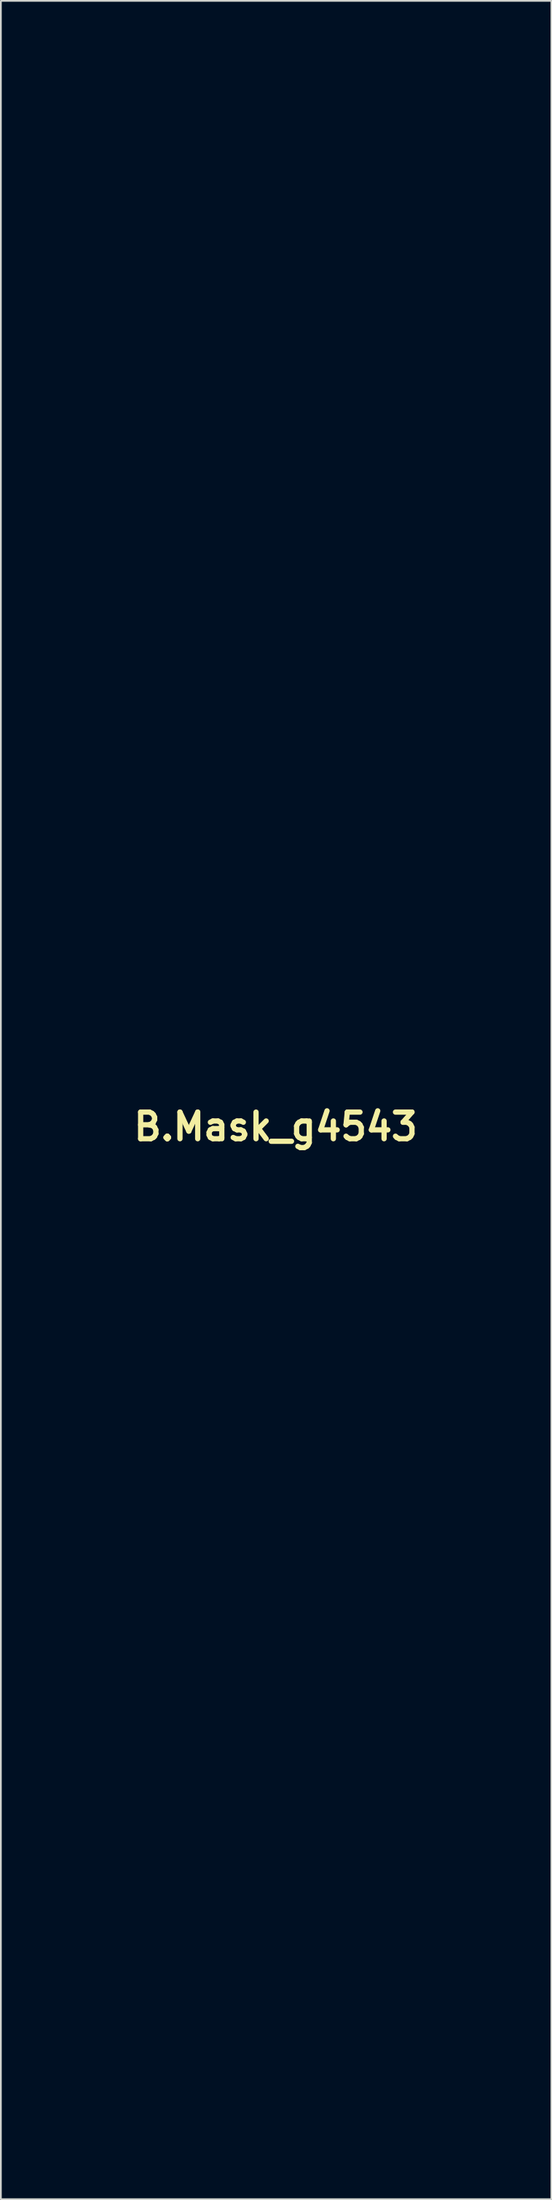
<source format=kicad_pcb>
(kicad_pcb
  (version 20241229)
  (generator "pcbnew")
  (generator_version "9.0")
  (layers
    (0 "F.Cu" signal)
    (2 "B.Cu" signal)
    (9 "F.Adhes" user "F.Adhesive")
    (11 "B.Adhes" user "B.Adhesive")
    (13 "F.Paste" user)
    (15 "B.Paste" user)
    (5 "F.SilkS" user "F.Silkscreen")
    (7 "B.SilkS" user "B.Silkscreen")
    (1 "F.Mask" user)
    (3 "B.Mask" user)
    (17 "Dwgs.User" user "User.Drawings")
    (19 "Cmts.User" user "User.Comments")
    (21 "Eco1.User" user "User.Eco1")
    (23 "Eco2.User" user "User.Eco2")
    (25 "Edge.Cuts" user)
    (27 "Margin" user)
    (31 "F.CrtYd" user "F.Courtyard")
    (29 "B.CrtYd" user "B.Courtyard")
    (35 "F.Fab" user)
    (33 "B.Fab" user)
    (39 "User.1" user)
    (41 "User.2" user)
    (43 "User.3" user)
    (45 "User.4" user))
  (footprint "B.Mask_g4543"
    (layer "F.Cu")
    (at 12.73 61.422)
    (property "Reference" "B.Mask_g4543" (at 0 0 0) (layer "F.SilkS") (effects (font (size 1.524 1.524) (thickness 0.3))))
    (attr through_hole)
    (fp_poly (pts (xy -11.592 -2.47) (xy -11.543 -2.415) (xy -11.532 -2.353) (xy -11.512 -2.199) (xy -11.451 -2.054) (xy -11.345 -1.91) (xy -11.309 -1.871) (xy -11.232 -1.786) (xy -11.164 -1.703) (xy -11.117 -1.637) (xy -11.111 -1.625) (xy -11.077 -1.522) (xy -11.063 -1.395) (xy -11.071 -1.266) (xy -11.101 -1.158) (xy -11.106 -1.147) (xy -11.132 -1.087) (xy -11.133 -1.045) (xy -11.111 -1.005) (xy -11.087 -0.936) (xy -11.103 -0.881) (xy -11.148 -0.853) (xy -11.212 -0.86) (xy -11.241 -0.875) (xy -11.287 -0.898) (xy -11.331 -0.894) (xy -11.375 -0.874) (xy -11.487 -0.838) (xy -11.617 -0.823) (xy -11.74 -0.833) (xy -11.789 -0.846) (xy -11.891 -0.894) (xy -11.992 -0.965) (xy -12.104 -1.066) (xy -12.141 -1.104) (xy -12.28 -1.212) (xy -12.44 -1.277) (xy -12.589 -1.295) (xy -12.668 -1.316) (xy -12.715 -1.373) (xy -12.725 -1.439) (xy -12.708 -1.478) (xy -12.664 -1.54) (xy -12.601 -1.611) (xy -12.595 -1.617) (xy -12.464 -1.749) (xy -12.509 -1.843) (xy -12.54 -1.961) (xy -12.529 -2.078) (xy -12.478 -2.18) (xy -12.392 -2.257) (xy -12.356 -2.275) (xy -12.252 -2.307) (xy -12.16 -2.302) (xy -12.073 -2.27) (xy -11.985 -2.228) (xy -11.853 -2.358) (xy -11.782 -2.423) (xy -11.719 -2.469) (xy -11.677 -2.489) (xy -11.675 -2.489) (xy -11.592 -2.47)) (stroke (width 0.01) (type solid)) (fill yes) (layer "B.Mask"))
    (fp_poly (pts (xy 11.499 -2.475) (xy 11.561 -2.439) (xy 11.641 -2.367) (xy 11.67 -2.339) (xy 11.735 -2.273) (xy 11.778 -2.24) (xy 11.809 -2.232) (xy 11.839 -2.244) (xy 11.851 -2.251) (xy 11.915 -2.277) (xy 11.996 -2.29) (xy 12.008 -2.29) (xy 12.132 -2.271) (xy 12.233 -2.213) (xy 12.304 -2.127) (xy 12.34 -2.021) (xy 12.334 -1.905) (xy 12.304 -1.824) (xy 12.264 -1.746) (xy 12.393 -1.615) (xy 12.473 -1.525) (xy 12.515 -1.455) (xy 12.522 -1.417) (xy 12.499 -1.345) (xy 12.436 -1.294) (xy 12.34 -1.271) (xy 12.313 -1.27) (xy 12.217 -1.26) (xy 12.125 -1.228) (xy 12.026 -1.168) (xy 11.911 -1.075) (xy 11.864 -1.032) (xy 11.71 -0.91) (xy 11.563 -0.836) (xy 11.42 -0.809) (xy 11.276 -0.828) (xy 11.184 -0.862) (xy 11.116 -0.89) (xy 11.076 -0.895) (xy 11.05 -0.878) (xy 11.047 -0.874) (xy 10.995 -0.84) (xy 10.943 -0.844) (xy 10.904 -0.877) (xy 10.89 -0.929) (xy 10.91 -0.984) (xy 10.931 -1.024) (xy 10.93 -1.067) (xy 10.905 -1.134) (xy 10.871 -1.265) (xy 10.866 -1.409) (xy 10.889 -1.546) (xy 10.916 -1.613) (xy 10.964 -1.687) (xy 11.033 -1.772) (xy 11.087 -1.829) (xy 11.206 -1.964) (xy 11.281 -2.103) (xy 11.319 -2.258) (xy 11.322 -2.278) (xy 11.336 -2.37) (xy 11.362 -2.425) (xy 11.394 -2.455) (xy 11.447 -2.479) (xy 11.499 -2.475)) (stroke (width 0.01) (type solid)) (fill yes) (layer "B.Mask"))
    (fp_poly (pts (xy 11.503 21.099) (xy 11.566 21.143) (xy 11.64 21.206) (xy 11.651 21.217) (xy 11.792 21.352) (xy 11.889 21.304) (xy 12.002 21.27) (xy 12.11 21.286) (xy 12.216 21.352) (xy 12.298 21.449) (xy 12.332 21.562) (xy 12.317 21.687) (xy 12.288 21.761) (xy 12.277 21.794) (xy 12.285 21.829) (xy 12.318 21.875) (xy 12.38 21.944) (xy 12.391 21.956) (xy 12.478 22.061) (xy 12.518 22.144) (xy 12.513 22.209) (xy 12.46 22.256) (xy 12.359 22.289) (xy 12.285 22.301) (xy 12.203 22.312) (xy 12.14 22.326) (xy 12.087 22.35) (xy 12.03 22.39) (xy 11.957 22.454) (xy 11.882 22.523) (xy 11.72 22.652) (xy 11.562 22.73) (xy 11.408 22.758) (xy 11.256 22.737) (xy 11.189 22.712) (xy 11.122 22.685) (xy 11.077 22.68) (xy 11.032 22.698) (xy 11.018 22.706) (xy 10.967 22.731) (xy 10.934 22.726) (xy 10.904 22.7) (xy 10.875 22.665) (xy 10.876 22.631) (xy 10.899 22.584) (xy 10.925 22.529) (xy 10.923 22.485) (xy 10.9 22.439) (xy 10.872 22.35) (xy 10.86 22.234) (xy 10.865 22.111) (xy 10.886 22.001) (xy 10.906 21.948) (xy 10.945 21.89) (xy 11.008 21.81) (xy 11.084 21.722) (xy 11.113 21.691) (xy 11.187 21.611) (xy 11.236 21.548) (xy 11.267 21.488) (xy 11.288 21.416) (xy 11.304 21.316) (xy 11.314 21.247) (xy 11.344 21.151) (xy 11.401 21.096) (xy 11.462 21.082) (xy 11.503 21.099)) (stroke (width 0.01) (type solid)) (fill yes) (layer "B.Mask"))
    (fp_poly (pts (xy -0.289 9.315) (xy -0.193 9.376) (xy -0.139 9.424) (xy -0.01 9.552) (xy 0.083 9.513) (xy 0.186 9.48) (xy 0.275 9.481) (xy 0.373 9.516) (xy 0.374 9.517) (xy 0.464 9.585) (xy 0.522 9.684) (xy 0.544 9.798) (xy 0.534 9.879) (xy 0.511 9.947) (xy 0.486 9.991) (xy 0.48 9.996) (xy 0.484 10.021) (xy 0.518 10.072) (xy 0.577 10.141) (xy 0.595 10.161) (xy 0.662 10.236) (xy 0.712 10.303) (xy 0.736 10.351) (xy 0.737 10.357) (xy 0.713 10.422) (xy 0.643 10.469) (xy 0.529 10.497) (xy 0.516 10.498) (xy 0.406 10.518) (xy 0.309 10.555) (xy 0.212 10.616) (xy 0.103 10.709) (xy 0.06 10.75) (xy -0.057 10.851) (xy -0.159 10.914) (xy -0.218 10.936) (xy -0.315 10.962) (xy -0.393 10.969) (xy -0.473 10.957) (xy -0.577 10.925) (xy -0.584 10.923) (xy -0.665 10.897) (xy -0.714 10.889) (xy -0.747 10.898) (xy -0.766 10.913) (xy -0.812 10.938) (xy -0.861 10.923) (xy -0.906 10.876) (xy -0.909 10.816) (xy -0.877 10.77) (xy -0.854 10.743) (xy -0.858 10.707) (xy -0.877 10.666) (xy -0.921 10.536) (xy -0.934 10.387) (xy -0.913 10.245) (xy -0.877 10.156) (xy -0.812 10.06) (xy -0.723 9.959) (xy -0.617 9.84) (xy -0.546 9.743) (xy -0.504 9.656) (xy -0.485 9.57) (xy -0.483 9.519) (xy -0.469 9.403) (xy -0.43 9.329) (xy -0.369 9.3) (xy -0.289 9.315)) (stroke (width 0.01) (type solid)) (fill yes) (layer "B.Mask"))
    (fp_poly (pts (xy 11.527 -49.36) (xy 11.598 -49.312) (xy 11.668 -49.252) (xy 11.801 -49.126) (xy 11.916 -49.168) (xy 11.993 -49.192) (xy 12.05 -49.195) (xy 12.112 -49.179) (xy 12.131 -49.172) (xy 12.232 -49.109) (xy 12.304 -49.017) (xy 12.34 -48.907) (xy 12.336 -48.793) (xy 12.308 -48.717) (xy 12.292 -48.682) (xy 12.293 -48.651) (xy 12.317 -48.611) (xy 12.37 -48.551) (xy 12.397 -48.522) (xy 12.472 -48.435) (xy 12.512 -48.367) (xy 12.522 -48.315) (xy 12.514 -48.255) (xy 12.483 -48.215) (xy 12.42 -48.19) (xy 12.322 -48.173) (xy 12.173 -48.14) (xy 12.043 -48.076) (xy 11.918 -47.974) (xy 11.887 -47.943) (xy 11.809 -47.87) (xy 11.727 -47.806) (xy 11.676 -47.774) (xy 11.57 -47.735) (xy 11.448 -47.713) (xy 11.334 -47.712) (xy 11.276 -47.724) (xy 11.203 -47.752) (xy 11.156 -47.775) (xy 11.103 -47.791) (xy 11.049 -47.77) (xy 11.04 -47.765) (xy 10.972 -47.739) (xy 10.922 -47.754) (xy 10.898 -47.799) (xy 10.908 -47.866) (xy 10.925 -47.9) (xy 10.939 -47.945) (xy 10.923 -48.003) (xy 10.91 -48.029) (xy 10.88 -48.128) (xy 10.868 -48.251) (xy 10.877 -48.376) (xy 10.905 -48.481) (xy 10.911 -48.494) (xy 10.95 -48.554) (xy 11.012 -48.633) (xy 11.084 -48.715) (xy 11.091 -48.722) (xy 11.218 -48.878) (xy 11.297 -49.027) (xy 11.327 -49.17) (xy 11.328 -49.19) (xy 11.346 -49.288) (xy 11.395 -49.353) (xy 11.472 -49.377) (xy 11.478 -49.378) (xy 11.527 -49.36)) (stroke (width 0.01) (type solid)) (fill yes) (layer "B.Mask"))
    (fp_poly (pts (xy -11.599 -49.369) (xy -11.546 -49.321) (xy -11.519 -49.258) (xy -11.506 -49.177) (xy -11.506 -49.168) (xy -11.492 -49.054) (xy -11.446 -48.943) (xy -11.363 -48.824) (xy -11.276 -48.726) (xy -11.201 -48.642) (xy -11.135 -48.558) (xy -11.093 -48.491) (xy -11.086 -48.478) (xy -11.055 -48.348) (xy -11.056 -48.202) (xy -11.088 -48.064) (xy -11.098 -48.039) (xy -11.126 -47.971) (xy -11.131 -47.933) (xy -11.115 -47.907) (xy -11.109 -47.902) (xy -11.081 -47.85) (xy -11.09 -47.789) (xy -11.13 -47.743) (xy -11.175 -47.732) (xy -11.223 -47.761) (xy -11.223 -47.761) (xy -11.261 -47.79) (xy -11.296 -47.791) (xy -11.352 -47.766) (xy -11.353 -47.765) (xy -11.464 -47.728) (xy -11.598 -47.713) (xy -11.729 -47.722) (xy -11.768 -47.731) (xy -11.842 -47.766) (xy -11.938 -47.832) (xy -12.039 -47.918) (xy -12.152 -48.018) (xy -12.243 -48.087) (xy -12.325 -48.131) (xy -12.41 -48.158) (xy -12.508 -48.174) (xy -12.608 -48.193) (xy -12.668 -48.222) (xy -12.688 -48.244) (xy -12.715 -48.291) (xy -12.719 -48.334) (xy -12.697 -48.384) (xy -12.643 -48.45) (xy -12.588 -48.51) (xy -12.519 -48.583) (xy -12.482 -48.631) (xy -12.47 -48.664) (xy -12.478 -48.691) (xy -12.486 -48.703) (xy -12.508 -48.757) (xy -12.521 -48.838) (xy -12.522 -48.877) (xy -12.517 -48.961) (xy -12.493 -49.021) (xy -12.442 -49.082) (xy -12.437 -49.087) (xy -12.34 -49.163) (xy -12.242 -49.193) (xy -12.131 -49.18) (xy -12.092 -49.167) (xy -11.978 -49.126) (xy -11.845 -49.252) (xy -11.745 -49.335) (xy -11.664 -49.374) (xy -11.599 -49.369)) (stroke (width 0.01) (type solid)) (fill yes) (layer "B.Mask"))
    (fp_poly (pts (xy -0.256 -37.823) (xy -0.157 -37.755) (xy -0.115 -37.717) (xy -0.044 -37.652) (xy 0.001 -37.616) (xy 0.035 -37.605) (xy 0.068 -37.613) (xy 0.098 -37.628) (xy 0.212 -37.663) (xy 0.32 -37.654) (xy 0.415 -37.609) (xy 0.49 -37.534) (xy 0.539 -37.438) (xy 0.553 -37.326) (xy 0.527 -37.207) (xy 0.523 -37.198) (xy 0.508 -37.157) (xy 0.508 -37.122) (xy 0.531 -37.083) (xy 0.581 -37.025) (xy 0.613 -36.99) (xy 0.689 -36.9) (xy 0.729 -36.83) (xy 0.737 -36.786) (xy 0.719 -36.704) (xy 0.668 -36.66) (xy 0.618 -36.652) (xy 0.477 -36.639) (xy 0.349 -36.595) (xy 0.222 -36.515) (xy 0.128 -36.435) (xy 0.041 -36.359) (xy -0.042 -36.291) (xy -0.108 -36.244) (xy -0.127 -36.233) (xy -0.237 -36.196) (xy -0.367 -36.181) (xy -0.493 -36.189) (xy -0.533 -36.198) (xy -0.601 -36.223) (xy -0.65 -36.248) (xy -0.653 -36.25) (xy -0.697 -36.258) (xy -0.741 -36.235) (xy -0.796 -36.202) (xy -0.833 -36.202) (xy -0.874 -36.234) (xy -0.876 -36.236) (xy -0.902 -36.269) (xy -0.897 -36.303) (xy -0.875 -36.341) (xy -0.85 -36.388) (xy -0.848 -36.431) (xy -0.871 -36.494) (xy -0.872 -36.496) (xy -0.914 -36.614) (xy -0.929 -36.714) (xy -0.919 -36.821) (xy -0.912 -36.857) (xy -0.891 -36.931) (xy -0.857 -36.998) (xy -0.801 -37.074) (xy -0.72 -37.166) (xy -0.62 -37.279) (xy -0.551 -37.371) (xy -0.506 -37.451) (xy -0.48 -37.533) (xy -0.465 -37.625) (xy -0.44 -37.746) (xy -0.397 -37.819) (xy -0.336 -37.845) (xy -0.256 -37.823)) (stroke (width 0.01) (type solid)) (fill yes) (layer "B.Mask"))
    (fp_poly (pts (xy -0.239 56.48) (xy -0.149 56.557) (xy -0.136 56.57) (xy -0.004 56.7) (xy 0.085 56.658) (xy 0.159 56.63) (xy 0.226 56.617) (xy 0.232 56.617) (xy 0.312 56.636) (xy 0.4 56.685) (xy 0.475 56.752) (xy 0.497 56.781) (xy 0.531 56.868) (xy 0.538 56.971) (xy 0.52 57.067) (xy 0.502 57.105) (xy 0.484 57.136) (xy 0.484 57.165) (xy 0.505 57.202) (xy 0.553 57.258) (xy 0.6 57.307) (xy 0.665 57.382) (xy 0.713 57.448) (xy 0.736 57.494) (xy 0.737 57.5) (xy 0.714 57.562) (xy 0.655 57.615) (xy 0.577 57.645) (xy 0.555 57.648) (xy 0.444 57.66) (xy 0.356 57.683) (xy 0.277 57.724) (xy 0.189 57.791) (xy 0.123 57.851) (xy 0.035 57.928) (xy -0.048 57.995) (xy -0.113 58.043) (xy -0.133 58.055) (xy -0.22 58.084) (xy -0.331 58.102) (xy -0.443 58.106) (xy -0.532 58.094) (xy -0.535 58.093) (xy -0.61 58.063) (xy -0.658 58.04) (xy -0.709 58.023) (xy -0.752 58.043) (xy -0.766 58.055) (xy -0.814 58.085) (xy -0.858 58.074) (xy -0.859 58.073) (xy -0.9 58.024) (xy -0.907 57.963) (xy -0.879 57.915) (xy -0.859 57.889) (xy -0.86 57.854) (xy -0.883 57.793) (xy -0.89 57.777) (xy -0.933 57.624) (xy -0.928 57.467) (xy -0.875 57.309) (xy -0.777 57.158) (xy -0.699 57.074) (xy -0.582 56.943) (xy -0.512 56.815) (xy -0.483 56.684) (xy -0.483 56.656) (xy -0.471 56.558) (xy -0.435 56.493) (xy -0.432 56.49) (xy -0.373 56.448) (xy -0.311 56.445) (xy -0.239 56.48)) (stroke (width 0.01) (type solid)) (fill yes) (layer "B.Mask"))
    (fp_poly (pts (xy -11.599 21.106) (xy -11.552 21.177) (xy -11.523 21.294) (xy -11.521 21.308) (xy -11.505 21.402) (xy -11.48 21.48) (xy -11.439 21.556) (xy -11.376 21.641) (xy -11.283 21.747) (xy -11.268 21.762) (xy -11.185 21.857) (xy -11.131 21.931) (xy -11.097 21.998) (xy -11.075 22.074) (xy -11.073 22.082) (xy -11.057 22.166) (xy -11.056 22.234) (xy -11.07 22.307) (xy -11.094 22.383) (xy -11.121 22.47) (xy -11.132 22.524) (xy -11.127 22.557) (xy -11.107 22.586) (xy -11.105 22.588) (xy -11.078 22.636) (xy -11.091 22.677) (xy -11.14 22.719) (xy -11.202 22.725) (xy -11.251 22.697) (xy -11.278 22.673) (xy -11.312 22.676) (xy -11.36 22.698) (xy -11.431 22.724) (xy -11.526 22.743) (xy -11.58 22.75) (xy -11.686 22.751) (xy -11.774 22.732) (xy -11.849 22.699) (xy -11.939 22.645) (xy -12.034 22.571) (xy -12.09 22.518) (xy -12.221 22.401) (xy -12.349 22.33) (xy -12.48 22.302) (xy -12.508 22.301) (xy -12.606 22.29) (xy -12.671 22.253) (xy -12.675 22.25) (xy -12.716 22.191) (xy -12.719 22.129) (xy -12.683 22.055) (xy -12.604 21.964) (xy -12.598 21.958) (xy -12.47 21.828) (xy -12.509 21.735) (xy -12.542 21.632) (xy -12.541 21.544) (xy -12.506 21.446) (xy -12.505 21.444) (xy -12.436 21.355) (xy -12.338 21.296) (xy -12.224 21.275) (xy -12.143 21.285) (xy -12.075 21.308) (xy -12.031 21.332) (xy -12.026 21.338) (xy -12.001 21.335) (xy -11.95 21.3) (xy -11.88 21.241) (xy -11.861 21.223) (xy -11.786 21.157) (xy -11.718 21.107) (xy -11.671 21.083) (xy -11.664 21.082) (xy -11.599 21.106)) (stroke (width 0.01) (type solid)) (fill yes) (layer "B.Mask"))
    (fp_poly (pts (xy -11.645 -61.387) (xy -11.623 -61.327) (xy -11.598 -61.23) (xy -11.568 -61.089) (xy -11.541 -60.96) (xy -11.524 -60.871) (xy -11.491 -60.998) (xy -11.446 -61.114) (xy -11.383 -61.183) (xy -11.303 -61.204) (xy -11.267 -61.199) (xy -11.141 -61.156) (xy -11.028 -61.089) (xy -10.932 -61.004) (xy -10.858 -60.909) (xy -10.811 -60.811) (xy -10.795 -60.716) (xy -10.816 -60.634) (xy -10.861 -60.582) (xy -10.931 -60.539) (xy -11.027 -60.494) (xy -11.129 -60.456) (xy -11.219 -60.432) (xy -11.263 -60.427) (xy -11.318 -60.408) (xy -11.393 -60.355) (xy -11.448 -60.306) (xy -11.523 -60.228) (xy -11.566 -60.163) (xy -11.589 -60.093) (xy -11.592 -60.072) (xy -11.619 -59.962) (xy -11.661 -59.847) (xy -11.71 -59.745) (xy -11.752 -59.685) (xy -11.817 -59.648) (xy -11.906 -59.643) (xy -12.003 -59.668) (xy -12.027 -59.679) (xy -12.158 -59.769) (xy -12.259 -59.885) (xy -12.324 -60.016) (xy -12.344 -60.142) (xy -12.337 -60.217) (xy -12.307 -60.269) (xy -12.245 -60.306) (xy -12.148 -60.336) (xy -12.027 -60.367) (xy -12.205 -60.398) (xy -12.363 -60.428) (xy -12.474 -60.454) (xy -12.541 -60.48) (xy -12.568 -60.507) (xy -12.558 -60.539) (xy -12.514 -60.577) (xy -12.482 -60.599) (xy -12.42 -60.651) (xy -12.404 -60.696) (xy -12.405 -60.701) (xy -12.431 -60.796) (xy -12.44 -60.852) (xy -12.431 -60.878) (xy -12.412 -60.884) (xy -12.371 -60.872) (xy -12.302 -60.839) (xy -12.22 -60.794) (xy -12.217 -60.793) (xy -12.118 -60.737) (xy -12.016 -60.684) (xy -11.946 -60.651) (xy -11.875 -60.622) (xy -11.832 -60.614) (xy -11.803 -60.627) (xy -11.792 -60.638) (xy -11.778 -60.658) (xy -11.777 -60.687) (xy -11.791 -60.733) (xy -11.823 -60.804) (xy -11.875 -60.908) (xy -11.897 -60.949) (xy -11.966 -61.083) (xy -12.01 -61.179) (xy -12.032 -61.241) (xy -12.034 -61.275) (xy -12.015 -61.285) (xy -11.982 -61.28) (xy -11.911 -61.261) (xy -11.873 -61.25) (xy -11.829 -61.252) (xy -11.785 -61.29) (xy -11.758 -61.326) (xy -11.721 -61.378) (xy -11.692 -61.408) (xy -11.667 -61.412) (xy -11.645 -61.387)) (stroke (width 0.01) (type solid)) (fill yes) (layer "B.Mask"))
    (fp_poly (pts (xy 11.92 9.474) (xy 11.947 9.54) (xy 11.977 9.649) (xy 12.011 9.803) (xy 12.031 9.905) (xy 12.04 9.934) (xy 12.053 9.927) (xy 12.073 9.88) (xy 12.089 9.833) (xy 12.13 9.734) (xy 12.172 9.677) (xy 12.223 9.654) (xy 12.243 9.653) (xy 12.365 9.674) (xy 12.488 9.733) (xy 12.6 9.821) (xy 12.692 9.927) (xy 12.754 10.043) (xy 12.776 10.156) (xy 12.761 10.224) (xy 12.708 10.281) (xy 12.698 10.289) (xy 12.622 10.331) (xy 12.518 10.373) (xy 12.407 10.41) (xy 12.306 10.434) (xy 12.253 10.439) (xy 12.194 10.46) (xy 12.167 10.502) (xy 12.128 10.558) (xy 12.07 10.602) (xy 12.022 10.635) (xy 11.996 10.683) (xy 11.982 10.762) (xy 11.956 10.884) (xy 11.913 11.008) (xy 11.858 11.114) (xy 11.813 11.174) (xy 11.746 11.217) (xy 11.664 11.22) (xy 11.557 11.186) (xy 11.431 11.109) (xy 11.329 11.001) (xy 11.258 10.875) (xy 11.227 10.743) (xy 11.227 10.723) (xy 11.237 10.642) (xy 11.275 10.586) (xy 11.349 10.546) (xy 11.414 10.525) (xy 11.464 10.511) (xy 11.486 10.498) (xy 11.475 10.485) (xy 11.429 10.47) (xy 11.34 10.45) (xy 11.22 10.426) (xy 11.098 10.398) (xy 11.024 10.369) (xy 10.997 10.34) (xy 11.014 10.308) (xy 11.043 10.288) (xy 11.117 10.241) (xy 11.153 10.2) (xy 11.16 10.153) (xy 11.148 10.1) (xy 11.135 10.034) (xy 11.136 9.988) (xy 11.138 9.982) (xy 11.165 9.984) (xy 11.227 10.007) (xy 11.317 10.048) (xy 11.426 10.102) (xy 11.446 10.113) (xy 11.568 10.177) (xy 11.653 10.218) (xy 11.709 10.24) (xy 11.745 10.246) (xy 11.768 10.238) (xy 11.776 10.231) (xy 11.796 10.203) (xy 11.796 10.167) (xy 11.775 10.106) (xy 11.761 10.074) (xy 11.72 9.985) (xy 11.665 9.88) (xy 11.621 9.801) (xy 11.562 9.693) (xy 11.536 9.621) (xy 11.544 9.583) (xy 11.586 9.576) (xy 11.663 9.598) (xy 11.669 9.6) (xy 11.733 9.607) (xy 11.788 9.571) (xy 11.837 9.498) (xy 11.867 9.456) (xy 11.894 9.447) (xy 11.92 9.474)) (stroke (width 0.01) (type solid)) (fill yes) (layer "B.Mask"))
    (fp_poly (pts (xy -11.672 56.612) (xy -11.628 56.657) (xy -11.62 56.668) (xy -11.586 56.715) (xy -11.55 56.735) (xy -11.495 56.735) (xy -11.449 56.73) (xy -11.379 56.724) (xy -11.336 56.729) (xy -11.328 56.736) (xy -11.34 56.766) (xy -11.372 56.831) (xy -11.418 56.92) (xy -11.469 57.011) (xy -11.545 57.157) (xy -11.589 57.263) (xy -11.6 57.332) (xy -11.576 57.365) (xy -11.515 57.363) (xy -11.417 57.328) (xy -11.279 57.262) (xy -11.238 57.24) (xy -11.132 57.186) (xy -11.043 57.143) (xy -10.978 57.117) (xy -10.948 57.111) (xy -10.939 57.144) (xy -10.949 57.206) (xy -10.949 57.207) (xy -10.968 57.286) (xy -10.964 57.336) (xy -10.929 57.374) (xy -10.883 57.405) (xy -10.829 57.445) (xy -10.803 57.481) (xy -10.802 57.489) (xy -10.831 57.51) (xy -10.897 57.534) (xy -10.987 57.56) (xy -11.088 57.583) (xy -11.187 57.6) (xy -11.265 57.608) (xy -11.367 57.612) (xy -11.239 57.651) (xy -11.128 57.692) (xy -11.06 57.741) (xy -11.028 57.801) (xy -11.024 57.846) (xy -11.048 57.969) (xy -11.111 58.093) (xy -11.204 58.206) (xy -11.318 58.296) (xy -11.385 58.33) (xy -11.468 58.36) (xy -11.526 58.366) (xy -11.577 58.348) (xy -11.589 58.342) (xy -11.636 58.293) (xy -11.687 58.208) (xy -11.735 58.099) (xy -11.774 57.979) (xy -11.788 57.919) (xy -11.812 57.824) (xy -11.839 57.768) (xy -11.876 57.738) (xy -11.88 57.737) (xy -11.937 57.692) (xy -11.966 57.65) (xy -11.995 57.611) (xy -12.049 57.584) (xy -12.138 57.563) (xy -12.272 57.529) (xy -12.395 57.482) (xy -12.495 57.427) (xy -12.559 57.371) (xy -12.564 57.364) (xy -12.588 57.285) (xy -12.572 57.192) (xy -12.525 57.094) (xy -12.452 56.998) (xy -12.36 56.912) (xy -12.256 56.845) (xy -12.147 56.804) (xy -12.075 56.795) (xy -12.004 56.808) (xy -11.949 56.854) (xy -11.904 56.939) (xy -11.88 57.01) (xy -11.858 57.083) (xy -11.846 57.11) (xy -11.84 57.096) (xy -11.837 57.048) (xy -11.826 56.954) (xy -11.807 56.85) (xy -11.781 56.75) (xy -11.752 56.667) (xy -11.725 56.612) (xy -11.709 56.597) (xy -11.672 56.612)) (stroke (width 0.01) (type solid)) (fill yes) (layer "B.Mask"))
    (fp_poly (pts (xy -11.654 -37.699) (xy -11.639 -37.665) (xy -11.618 -37.594) (xy -11.595 -37.498) (xy -11.586 -37.457) (xy -11.565 -37.357) (xy -11.545 -37.278) (xy -11.531 -37.231) (xy -11.527 -37.224) (xy -11.513 -37.235) (xy -11.498 -37.283) (xy -11.496 -37.291) (xy -11.462 -37.399) (xy -11.41 -37.463) (xy -11.333 -37.489) (xy -11.309 -37.49) (xy -11.187 -37.467) (xy -11.065 -37.405) (xy -10.954 -37.313) (xy -10.866 -37.203) (xy -10.811 -37.084) (xy -10.803 -37.048) (xy -10.8 -36.974) (xy -10.825 -36.918) (xy -10.846 -36.893) (xy -10.921 -36.837) (xy -11.03 -36.785) (xy -11.16 -36.742) (xy -11.285 -36.715) (xy -11.356 -36.699) (xy -11.399 -36.677) (xy -11.405 -36.666) (xy -11.423 -36.627) (xy -11.466 -36.579) (xy -11.515 -36.539) (xy -11.549 -36.525) (xy -11.567 -36.502) (xy -11.583 -36.444) (xy -11.59 -36.4) (xy -11.616 -36.276) (xy -11.659 -36.153) (xy -11.713 -36.046) (xy -11.772 -35.972) (xy -11.78 -35.965) (xy -11.831 -35.93) (xy -11.877 -35.92) (xy -11.938 -35.934) (xy -11.976 -35.946) (xy -12.12 -36.022) (xy -12.238 -36.137) (xy -12.322 -36.282) (xy -12.345 -36.351) (xy -12.36 -36.444) (xy -12.344 -36.515) (xy -12.292 -36.57) (xy -12.198 -36.615) (xy -12.09 -36.649) (xy -12.002 -36.673) (xy -12.103 -36.677) (xy -12.189 -36.686) (xy -12.289 -36.704) (xy -12.39 -36.727) (xy -12.478 -36.753) (xy -12.541 -36.777) (xy -12.566 -36.796) (xy -12.554 -36.828) (xy -12.511 -36.874) (xy -12.488 -36.892) (xy -12.434 -36.937) (xy -12.414 -36.974) (xy -12.418 -37.026) (xy -12.427 -37.06) (xy -12.441 -37.14) (xy -12.429 -37.178) (xy -12.389 -37.176) (xy -12.336 -37.151) (xy -12.157 -37.05) (xy -12.016 -36.978) (xy -11.913 -36.934) (xy -11.845 -36.918) (xy -11.816 -36.923) (xy -11.791 -36.946) (xy -11.783 -36.979) (xy -11.793 -37.028) (xy -11.824 -37.1) (xy -11.877 -37.204) (xy -11.927 -37.294) (xy -11.982 -37.395) (xy -12.027 -37.479) (xy -12.056 -37.537) (xy -12.065 -37.558) (xy -12.042 -37.564) (xy -11.985 -37.562) (xy -11.941 -37.557) (xy -11.865 -37.549) (xy -11.819 -37.558) (xy -11.78 -37.591) (xy -11.748 -37.632) (xy -11.697 -37.687) (xy -11.661 -37.703) (xy -11.654 -37.699)) (stroke (width 0.01) (type solid)) (fill yes) (layer "B.Mask"))
    (fp_poly (pts (xy 11.911 -37.675) (xy 11.956 -37.627) (xy 11.965 -37.615) (xy 12.002 -37.569) (xy 12.038 -37.549) (xy 12.093 -37.548) (xy 12.144 -37.554) (xy 12.215 -37.562) (xy 12.26 -37.562) (xy 12.268 -37.558) (xy 12.257 -37.532) (xy 12.227 -37.47) (xy 12.181 -37.381) (xy 12.125 -37.273) (xy 12.116 -37.256) (xy 12.051 -37.129) (xy 12.01 -37.04) (xy 11.99 -36.981) (xy 11.988 -36.947) (xy 11.994 -36.936) (xy 12.023 -36.916) (xy 12.06 -36.91) (xy 12.112 -36.923) (xy 12.188 -36.957) (xy 12.295 -37.013) (xy 12.356 -37.046) (xy 12.458 -37.102) (xy 12.545 -37.147) (xy 12.605 -37.176) (xy 12.629 -37.186) (xy 12.646 -37.164) (xy 12.647 -37.111) (xy 12.631 -37.041) (xy 12.625 -37.023) (xy 12.614 -36.978) (xy 12.63 -36.942) (xy 12.679 -36.898) (xy 12.688 -36.891) (xy 12.742 -36.845) (xy 12.773 -36.809) (xy 12.776 -36.801) (xy 12.751 -36.772) (xy 12.675 -36.743) (xy 12.549 -36.714) (xy 12.435 -36.694) (xy 12.23 -36.661) (xy 12.377 -36.618) (xy 12.467 -36.586) (xy 12.52 -36.554) (xy 12.548 -36.511) (xy 12.55 -36.506) (xy 12.562 -36.408) (xy 12.535 -36.298) (xy 12.476 -36.185) (xy 12.391 -36.082) (xy 12.286 -35.997) (xy 12.235 -35.969) (xy 12.145 -35.93) (xy 12.081 -35.919) (xy 12.027 -35.935) (xy 11.983 -35.965) (xy 11.925 -36.034) (xy 11.869 -36.136) (xy 11.824 -36.258) (xy 11.796 -36.383) (xy 11.793 -36.4) (xy 11.779 -36.474) (xy 11.759 -36.519) (xy 11.748 -36.525) (xy 11.709 -36.544) (xy 11.66 -36.588) (xy 11.621 -36.638) (xy 11.608 -36.673) (xy 11.586 -36.696) (xy 11.547 -36.703) (xy 11.463 -36.714) (xy 11.355 -36.744) (xy 11.241 -36.784) (xy 11.141 -36.83) (xy 11.076 -36.871) (xy 11.017 -36.939) (xy 11.001 -37.015) (xy 11.025 -37.109) (xy 11.047 -37.155) (xy 11.118 -37.262) (xy 11.208 -37.352) (xy 11.308 -37.424) (xy 11.411 -37.471) (xy 11.507 -37.491) (xy 11.588 -37.479) (xy 11.645 -37.432) (xy 11.678 -37.363) (xy 11.7 -37.292) (xy 11.719 -37.232) (xy 11.741 -37.213) (xy 11.757 -37.238) (xy 11.76 -37.276) (xy 11.766 -37.353) (xy 11.783 -37.445) (xy 11.806 -37.538) (xy 11.831 -37.619) (xy 11.856 -37.675) (xy 11.875 -37.694) (xy 11.911 -37.675)) (stroke (width 0.01) (type solid)) (fill yes) (layer "B.Mask"))
    (fp_poly (pts (xy -11.67 9.453) (xy -11.631 9.508) (xy -11.629 9.51) (xy -11.59 9.566) (xy -11.555 9.591) (xy -11.504 9.593) (xy -11.449 9.587) (xy -11.366 9.581) (xy -11.33 9.593) (xy -11.328 9.599) (xy -11.34 9.632) (xy -11.372 9.698) (xy -11.419 9.786) (xy -11.457 9.852) (xy -11.534 9.999) (xy -11.578 10.108) (xy -11.59 10.183) (xy -11.569 10.223) (xy -11.55 10.231) (xy -11.511 10.223) (xy -11.438 10.195) (xy -11.342 10.151) (xy -11.235 10.097) (xy -11.129 10.044) (xy -11.039 10.003) (xy -10.974 9.979) (xy -10.944 9.975) (xy -10.944 9.975) (xy -10.938 10.011) (xy -10.947 10.073) (xy -10.953 10.092) (xy -10.969 10.156) (xy -10.963 10.194) (xy -10.933 10.222) (xy -10.855 10.279) (xy -10.812 10.316) (xy -10.798 10.339) (xy -10.804 10.355) (xy -10.808 10.359) (xy -10.846 10.377) (xy -10.92 10.4) (xy -11.016 10.423) (xy -11.118 10.445) (xy -11.212 10.461) (xy -11.283 10.467) (xy -11.327 10.47) (xy -11.333 10.477) (xy -11.298 10.49) (xy -11.239 10.508) (xy -11.129 10.549) (xy -11.062 10.596) (xy -11.029 10.657) (xy -11.024 10.711) (xy -11.046 10.828) (xy -11.108 10.948) (xy -11.199 11.059) (xy -11.311 11.149) (xy -11.385 11.187) (xy -11.474 11.219) (xy -11.536 11.222) (xy -11.589 11.195) (xy -11.618 11.168) (xy -11.667 11.099) (xy -11.717 10.996) (xy -11.761 10.875) (xy -11.793 10.753) (xy -11.797 10.728) (xy -11.82 10.648) (xy -11.863 10.603) (xy -11.877 10.595) (xy -11.936 10.55) (xy -11.967 10.505) (xy -11.998 10.463) (xy -12.052 10.439) (xy -12.117 10.427) (xy -12.219 10.404) (xy -12.328 10.365) (xy -12.43 10.317) (xy -12.513 10.267) (xy -12.563 10.219) (xy -12.57 10.206) (xy -12.581 10.108) (xy -12.552 10.003) (xy -12.489 9.899) (xy -12.402 9.805) (xy -12.299 9.727) (xy -12.186 9.675) (xy -12.073 9.654) (xy -12.003 9.662) (xy -11.964 9.681) (xy -11.932 9.724) (xy -11.901 9.8) (xy -11.889 9.836) (xy -11.865 9.907) (xy -11.846 9.943) (xy -11.838 9.939) (xy -11.838 9.937) (xy -11.831 9.862) (xy -11.814 9.766) (xy -11.791 9.663) (xy -11.766 9.566) (xy -11.742 9.491) (xy -11.723 9.452) (xy -11.697 9.437) (xy -11.67 9.453)) (stroke (width 0.01) (type solid)) (fill yes) (layer "B.Mask"))
    (fp_poly (pts (xy 11.917 56.614) (xy 11.941 56.674) (xy 11.966 56.758) (xy 11.989 56.854) (xy 12.006 56.947) (xy 12.014 57.026) (xy 12.014 57.038) (xy 12.021 57.083) (xy 12.039 57.085) (xy 12.06 57.048) (xy 12.075 56.993) (xy 12.112 56.881) (xy 12.171 56.815) (xy 12.244 56.794) (xy 12.372 56.818) (xy 12.5 56.881) (xy 12.615 56.976) (xy 12.705 57.094) (xy 12.728 57.137) (xy 12.766 57.239) (xy 12.77 57.314) (xy 12.737 57.376) (xy 12.699 57.414) (xy 12.629 57.457) (xy 12.527 57.503) (xy 12.413 57.543) (xy 12.306 57.572) (xy 12.227 57.582) (xy 12.181 57.594) (xy 12.167 57.615) (xy 12.148 57.658) (xy 12.104 57.707) (xy 12.053 57.747) (xy 12.019 57.76) (xy 11.996 57.781) (xy 11.989 57.82) (xy 11.978 57.904) (xy 11.948 58.013) (xy 11.907 58.126) (xy 11.862 58.227) (xy 11.821 58.292) (xy 11.761 58.347) (xy 11.695 58.365) (xy 11.612 58.349) (xy 11.543 58.321) (xy 11.437 58.255) (xy 11.344 58.162) (xy 11.271 58.054) (xy 11.223 57.942) (xy 11.208 57.838) (xy 11.218 57.785) (xy 11.254 57.734) (xy 11.327 57.694) (xy 11.36 57.682) (xy 11.452 57.648) (xy 11.494 57.624) (xy 11.488 57.611) (xy 11.448 57.607) (xy 11.373 57.601) (xy 11.281 57.586) (xy 11.184 57.564) (xy 11.096 57.539) (xy 11.03 57.515) (xy 10.999 57.494) (xy 10.998 57.491) (xy 11.017 57.456) (xy 11.064 57.412) (xy 11.076 57.403) (xy 11.123 57.366) (xy 11.143 57.329) (xy 11.144 57.274) (xy 11.137 57.223) (xy 11.131 57.144) (xy 11.142 57.107) (xy 11.178 57.107) (xy 11.246 57.143) (xy 11.273 57.16) (xy 11.358 57.21) (xy 11.456 57.264) (xy 11.554 57.313) (xy 11.639 57.352) (xy 11.698 57.375) (xy 11.716 57.379) (xy 11.763 57.362) (xy 11.78 57.348) (xy 11.788 57.325) (xy 11.778 57.28) (xy 11.748 57.208) (xy 11.696 57.103) (xy 11.658 57.029) (xy 11.601 56.919) (xy 11.554 56.827) (xy 11.521 56.76) (xy 11.506 56.728) (xy 11.506 56.726) (xy 11.529 56.722) (xy 11.586 56.725) (xy 11.63 56.73) (xy 11.706 56.738) (xy 11.752 56.731) (xy 11.786 56.701) (xy 11.81 56.669) (xy 11.854 56.618) (xy 11.892 56.592) (xy 11.898 56.591) (xy 11.917 56.614)) (stroke (width 0.01) (type solid)) (fill yes) (layer "B.Mask"))
    (fp_poly (pts (xy 11.909 -61.399) (xy 11.956 -61.352) (xy 11.973 -61.33) (xy 12.018 -61.277) (xy 12.055 -61.256) (xy 12.105 -61.262) (xy 12.131 -61.269) (xy 12.21 -61.282) (xy 12.248 -61.267) (xy 12.247 -61.22) (xy 12.207 -61.142) (xy 12.204 -61.136) (xy 12.157 -61.057) (xy 12.102 -60.954) (xy 12.05 -60.849) (xy 12.049 -60.848) (xy 12.005 -60.746) (xy 11.987 -60.674) (xy 11.998 -60.633) (xy 12.039 -60.621) (xy 12.114 -60.64) (xy 12.224 -60.688) (xy 12.372 -60.766) (xy 12.464 -60.818) (xy 12.543 -60.859) (xy 12.604 -60.883) (xy 12.635 -60.886) (xy 12.636 -60.885) (xy 12.641 -60.847) (xy 12.637 -60.781) (xy 12.634 -60.761) (xy 12.628 -60.692) (xy 12.644 -60.649) (xy 12.693 -60.606) (xy 12.697 -60.602) (xy 12.748 -60.557) (xy 12.775 -60.519) (xy 12.776 -60.512) (xy 12.752 -60.491) (xy 12.687 -60.466) (xy 12.587 -60.441) (xy 12.579 -60.44) (xy 12.445 -60.411) (xy 12.354 -60.392) (xy 12.303 -60.378) (xy 12.285 -60.368) (xy 12.295 -60.359) (xy 12.328 -60.349) (xy 12.36 -60.34) (xy 12.473 -60.298) (xy 12.539 -60.241) (xy 12.564 -60.162) (xy 12.55 -60.056) (xy 12.547 -60.045) (xy 12.503 -59.946) (xy 12.427 -59.842) (xy 12.334 -59.749) (xy 12.238 -59.683) (xy 12.232 -59.68) (xy 12.118 -59.643) (xy 12.026 -59.652) (xy 11.953 -59.702) (xy 11.913 -59.764) (xy 11.869 -59.857) (xy 11.829 -59.965) (xy 11.799 -60.069) (xy 11.786 -60.152) (xy 11.786 -60.16) (xy 11.765 -60.22) (xy 11.71 -60.261) (xy 11.652 -60.307) (xy 11.618 -60.363) (xy 11.618 -60.364) (xy 11.596 -60.409) (xy 11.549 -60.426) (xy 11.521 -60.427) (xy 11.43 -60.438) (xy 11.318 -60.469) (xy 11.206 -60.511) (xy 11.111 -60.558) (xy 11.064 -60.592) (xy 11.015 -60.656) (xy 11.002 -60.729) (xy 11.026 -60.824) (xy 11.046 -60.873) (xy 11.123 -60.99) (xy 11.234 -61.092) (xy 11.362 -61.166) (xy 11.43 -61.189) (xy 11.536 -61.204) (xy 11.609 -61.186) (xy 11.657 -61.131) (xy 11.685 -61.055) (xy 11.707 -60.969) (xy 11.721 -60.924) (xy 11.731 -60.913) (xy 11.739 -60.927) (xy 11.742 -60.935) (xy 11.752 -60.976) (xy 11.77 -61.053) (xy 11.79 -61.152) (xy 11.799 -61.195) (xy 11.825 -61.309) (xy 11.85 -61.384) (xy 11.872 -61.417) (xy 11.875 -61.417) (xy 11.909 -61.399)) (stroke (width 0.01) (type solid)) (fill yes) (layer "B.Mask"))
    (fp_poly (pts (xy 0.12 -2.332) (xy 0.151 -2.281) (xy 0.181 -2.18) (xy 0.19 -2.14) (xy 0.212 -2.037) (xy 0.231 -1.947) (xy 0.243 -1.886) (xy 0.245 -1.88) (xy 0.254 -1.851) (xy 0.267 -1.857) (xy 0.286 -1.903) (xy 0.304 -1.953) (xy 0.344 -2.054) (xy 0.389 -2.111) (xy 0.45 -2.131) (xy 0.539 -2.12) (xy 0.592 -2.106) (xy 0.702 -2.056) (xy 0.807 -1.972) (xy 0.897 -1.867) (xy 0.961 -1.754) (xy 0.99 -1.645) (xy 0.991 -1.628) (xy 0.975 -1.56) (xy 0.92 -1.503) (xy 0.912 -1.497) (xy 0.837 -1.455) (xy 0.734 -1.413) (xy 0.623 -1.376) (xy 0.523 -1.352) (xy 0.468 -1.346) (xy 0.409 -1.324) (xy 0.368 -1.27) (xy 0.323 -1.213) (xy 0.267 -1.179) (xy 0.266 -1.179) (xy 0.221 -1.156) (xy 0.204 -1.109) (xy 0.203 -1.082) (xy 0.192 -0.99) (xy 0.161 -0.879) (xy 0.119 -0.766) (xy 0.071 -0.671) (xy 0.038 -0.624) (xy -0.039 -0.571) (xy -0.131 -0.564) (xy -0.243 -0.602) (xy -0.258 -0.61) (xy -0.36 -0.682) (xy -0.448 -0.777) (xy -0.517 -0.884) (xy -0.559 -0.992) (xy -0.569 -1.089) (xy -0.56 -1.128) (xy -0.519 -1.196) (xy -0.453 -1.237) (xy -0.375 -1.258) (xy -0.313 -1.278) (xy -0.296 -1.3) (xy -0.326 -1.317) (xy -0.371 -1.321) (xy -0.442 -1.327) (xy -0.53 -1.343) (xy -0.622 -1.364) (xy -0.705 -1.389) (xy -0.764 -1.412) (xy -0.787 -1.431) (xy -0.787 -1.431) (xy -0.769 -1.464) (xy -0.723 -1.511) (xy -0.7 -1.53) (xy -0.647 -1.577) (xy -0.627 -1.615) (xy -0.632 -1.664) (xy -0.638 -1.689) (xy -0.651 -1.754) (xy -0.65 -1.798) (xy -0.648 -1.802) (xy -0.622 -1.8) (xy -0.56 -1.777) (xy -0.47 -1.737) (xy -0.363 -1.683) (xy -0.34 -1.672) (xy -0.219 -1.609) (xy -0.134 -1.568) (xy -0.078 -1.546) (xy -0.042 -1.54) (xy -0.019 -1.547) (xy -0.007 -1.557) (xy 0.007 -1.577) (xy 0.009 -1.604) (xy -0.003 -1.647) (xy -0.033 -1.714) (xy -0.082 -1.813) (xy -0.123 -1.891) (xy -0.191 -2.023) (xy -0.232 -2.117) (xy -0.248 -2.176) (xy -0.238 -2.205) (xy -0.202 -2.209) (xy -0.14 -2.193) (xy -0.128 -2.188) (xy -0.06 -2.178) (xy -0.005 -2.206) (xy 0.046 -2.278) (xy 0.052 -2.288) (xy 0.087 -2.334) (xy 0.12 -2.332)) (stroke (width 0.01) (type solid)) (fill yes) (layer "B.Mask"))
    (fp_poly (pts (xy 0.132 21.257) (xy 0.156 21.317) (xy 0.18 21.402) (xy 0.203 21.497) (xy 0.22 21.591) (xy 0.228 21.67) (xy 0.229 21.685) (xy 0.235 21.728) (xy 0.251 21.725) (xy 0.274 21.68) (xy 0.301 21.597) (xy 0.344 21.503) (xy 0.407 21.454) (xy 0.499 21.445) (xy 0.53 21.45) (xy 0.654 21.494) (xy 0.774 21.575) (xy 0.878 21.681) (xy 0.952 21.799) (xy 0.98 21.887) (xy 0.984 21.959) (xy 0.956 22.016) (xy 0.94 22.034) (xy 0.861 22.095) (xy 0.749 22.151) (xy 0.621 22.194) (xy 0.506 22.217) (xy 0.432 22.232) (xy 0.388 22.251) (xy 0.381 22.262) (xy 0.362 22.302) (xy 0.318 22.35) (xy 0.268 22.39) (xy 0.233 22.403) (xy 0.21 22.424) (xy 0.203 22.464) (xy 0.192 22.548) (xy 0.163 22.656) (xy 0.122 22.77) (xy 0.076 22.87) (xy 0.035 22.935) (xy -0.035 22.994) (xy -0.116 23.01) (xy -0.215 22.982) (xy -0.256 22.962) (xy -0.366 22.886) (xy -0.459 22.787) (xy -0.53 22.677) (xy -0.571 22.565) (xy -0.577 22.464) (xy -0.569 22.433) (xy -0.538 22.383) (xy -0.478 22.346) (xy -0.425 22.327) (xy -0.346 22.297) (xy -0.31 22.272) (xy -0.319 22.256) (xy -0.37 22.25) (xy -0.447 22.244) (xy -0.538 22.228) (xy -0.632 22.205) (xy -0.713 22.179) (xy -0.769 22.154) (xy -0.787 22.136) (xy -0.768 22.1) (xy -0.721 22.055) (xy -0.709 22.046) (xy -0.663 22.009) (xy -0.643 21.972) (xy -0.642 21.917) (xy -0.648 21.866) (xy -0.656 21.795) (xy -0.656 21.75) (xy -0.652 21.742) (xy -0.626 21.754) (xy -0.564 21.784) (xy -0.475 21.829) (xy -0.367 21.885) (xy -0.351 21.893) (xy -0.23 21.956) (xy -0.144 21.996) (xy -0.087 22.018) (xy -0.049 22.023) (xy -0.024 22.014) (xy -0.02 22.011) (xy -0.000196 21.992) (xy 0.005 21.967) (xy -0.007 21.924) (xy -0.038 21.854) (xy -0.075 21.778) (xy -0.129 21.673) (xy -0.181 21.573) (xy -0.224 21.496) (xy -0.232 21.483) (xy -0.263 21.421) (xy -0.273 21.378) (xy -0.271 21.37) (xy -0.237 21.364) (xy -0.174 21.373) (xy -0.15 21.379) (xy -0.084 21.393) (xy -0.043 21.386) (xy -0.005 21.348) (xy 0.017 21.32) (xy 0.064 21.267) (xy 0.104 21.237) (xy 0.113 21.234) (xy 0.132 21.257)) (stroke (width 0.01) (type solid)) (fill yes) (layer "B.Mask")))
  (gr_rect
    (start -3 -3)
    (end 28.512 122.793)
    (stroke (width 0.1) (type default))
    (fill no)
    (layer "Edge.Cuts")))
</source>
